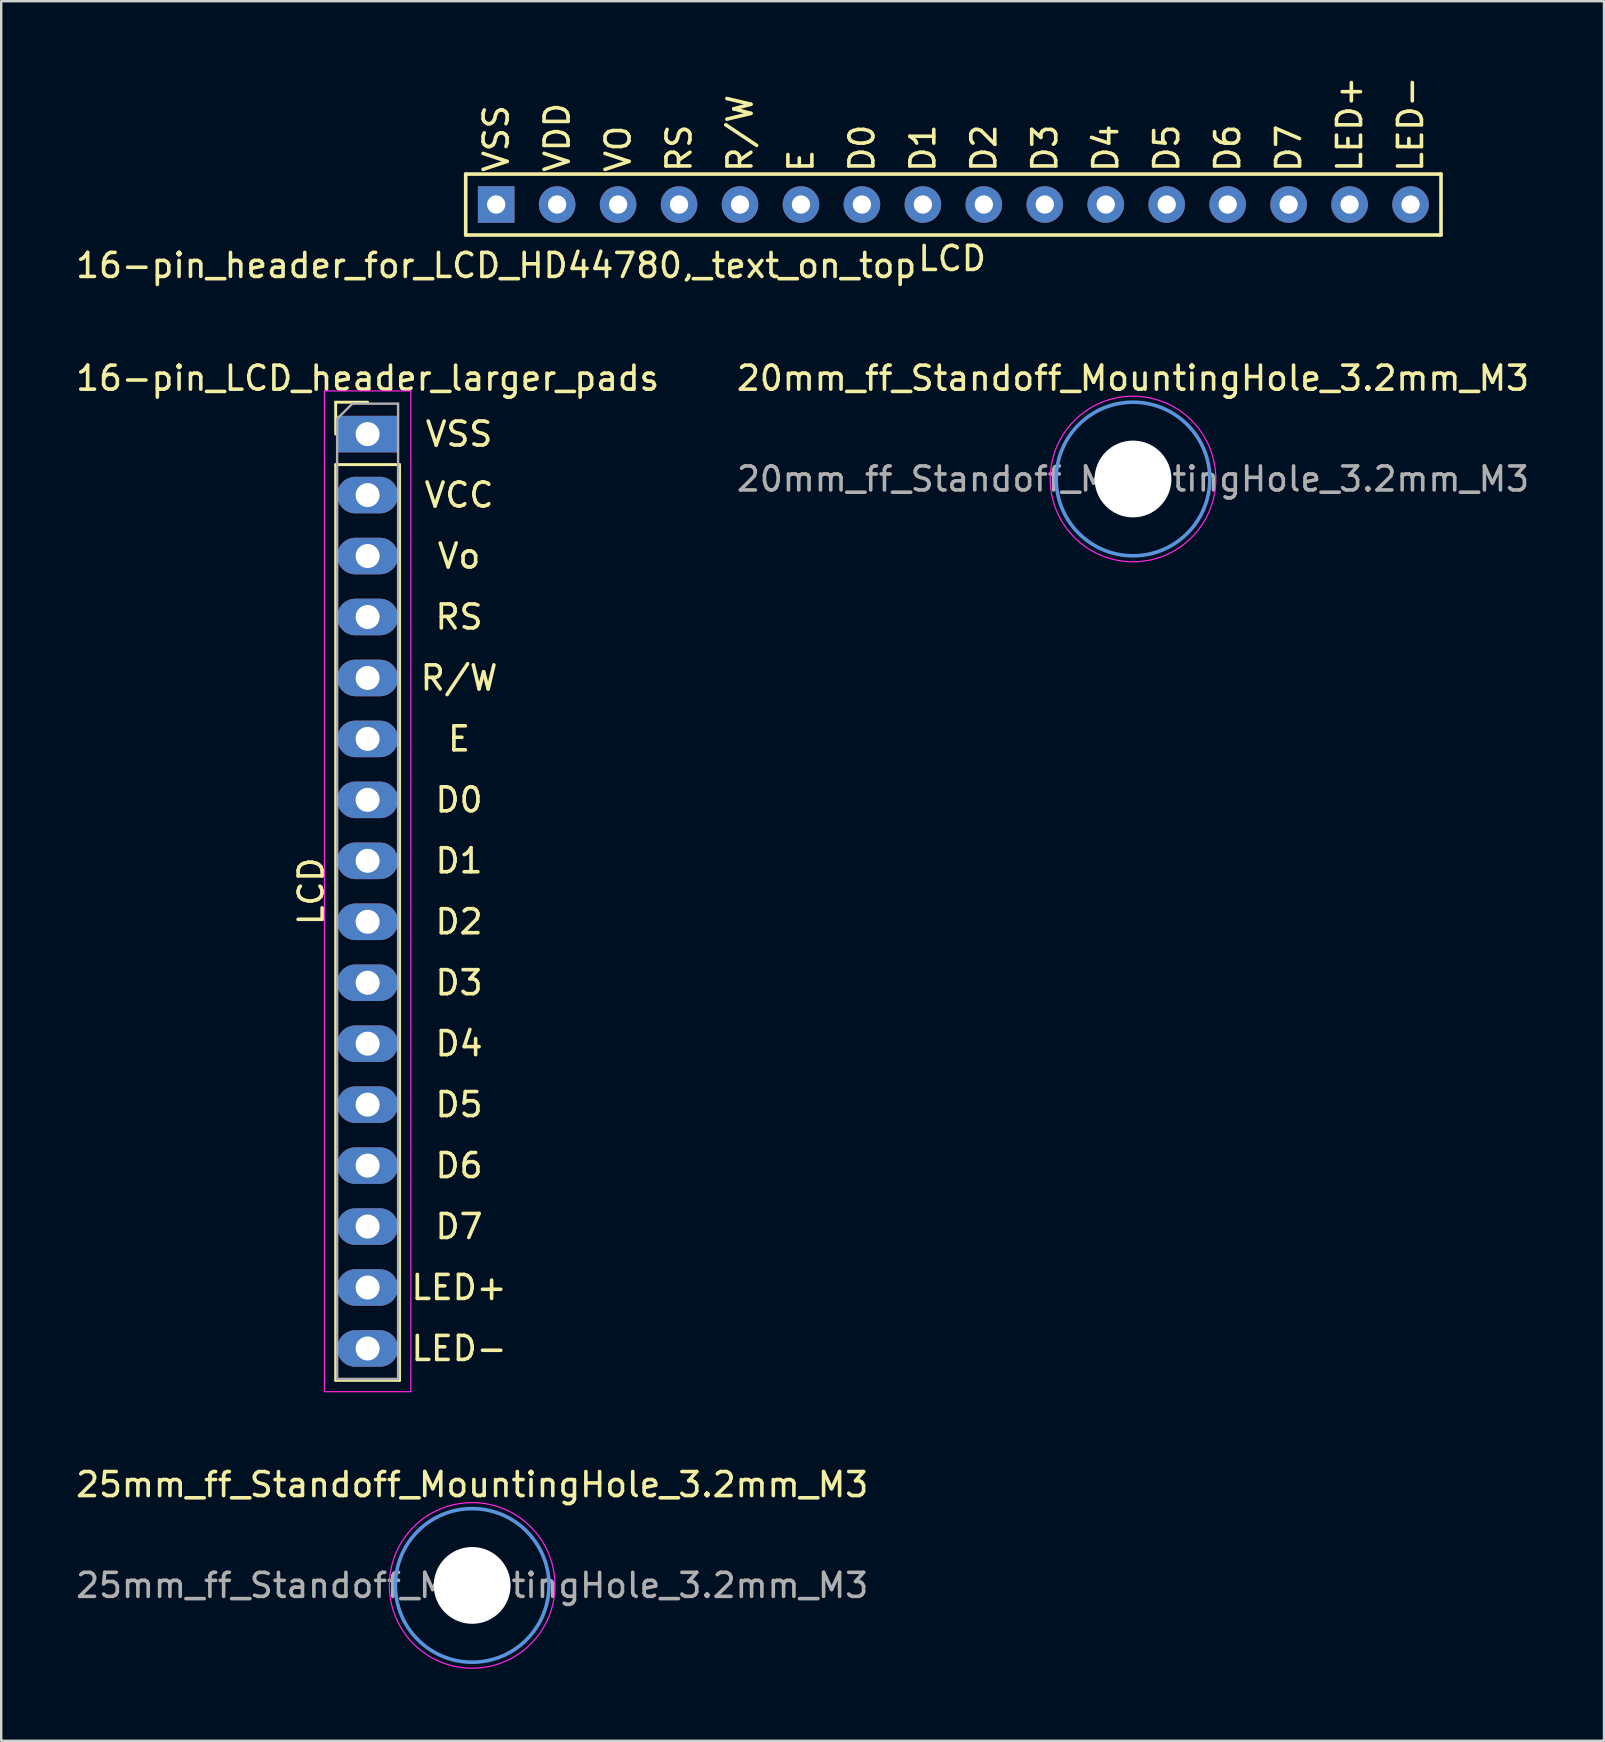
<source format=kicad_pcb>
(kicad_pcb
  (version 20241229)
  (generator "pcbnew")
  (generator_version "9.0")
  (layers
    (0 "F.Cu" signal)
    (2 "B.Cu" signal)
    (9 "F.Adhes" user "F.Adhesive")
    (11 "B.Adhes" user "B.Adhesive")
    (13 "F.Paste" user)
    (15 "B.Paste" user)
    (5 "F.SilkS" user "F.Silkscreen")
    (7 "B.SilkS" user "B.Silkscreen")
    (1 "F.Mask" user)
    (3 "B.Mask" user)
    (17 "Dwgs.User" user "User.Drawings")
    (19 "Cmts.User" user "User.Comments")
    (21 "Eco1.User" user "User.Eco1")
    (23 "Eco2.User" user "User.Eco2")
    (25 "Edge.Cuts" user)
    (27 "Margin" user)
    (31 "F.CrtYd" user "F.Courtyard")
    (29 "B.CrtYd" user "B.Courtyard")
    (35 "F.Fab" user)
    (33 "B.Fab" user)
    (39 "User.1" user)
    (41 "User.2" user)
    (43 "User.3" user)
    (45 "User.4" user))
  (footprint "20mm_ff_Standoff_MountingHole_3.2mm_M3"
    (layer "F.Cu")
    (at 44.161 16.909)
    (property "Reference" "20mm_ff_Standoff_MountingHole_3.2mm_M3" (at 0 -4.2 0) (layer "F.SilkS") (effects (font (size 1 1) (thickness 0.15))))
    (attr exclude_from_pos_files exclude_from_bom)
    (fp_circle (center 0 0) (end 3.2 0) (stroke (width 0.15) (type solid)) (fill no) (layer "Cmts.User"))
    (fp_circle (center 0 0) (end 3.45 0) (stroke (width 0.05) (type solid)) (fill no) (layer "F.CrtYd"))
    (fp_text user "${REFERENCE}" (at 0 0 0) (layer "F.Fab") (effects (font (size 1 1) (thickness 0.15))))
    (pad "" np_thru_hole circle (at 0 0) (size 3.2 3.2) (drill 3.2) (layers "*.Cu" "*.Mask")))
  (footprint "16-pin_LCD_header_larger_pads"
    (layer "F.Cu")
    (at 12.418 15.339)
    (property "Reference" "16-pin_LCD_header_larger_pads" (at -0.15 -2.63 0) (layer "F.SilkS") (effects (font (size 1 1) (thickness 0.15))))
    (attr through_hole)
    (fp_line (start -1.48 -1.63) (end -0.15 -1.63) (stroke (width 0.12) (type solid)) (layer "F.SilkS"))
    (fp_line (start -1.48 -0.3) (end -1.48 -1.63) (stroke (width 0.12) (type solid)) (layer "F.SilkS"))
    (fp_line (start -1.48 0.97) (end -1.48 39.13) (stroke (width 0.12) (type solid)) (layer "F.SilkS"))
    (fp_line (start -1.48 0.97) (end 1.18 0.97) (stroke (width 0.12) (type solid)) (layer "F.SilkS"))
    (fp_line (start -1.48 39.13) (end 1.18 39.13) (stroke (width 0.12) (type solid)) (layer "F.SilkS"))
    (fp_line (start 1.18 0.97) (end 1.18 39.13) (stroke (width 0.12) (type solid)) (layer "F.SilkS"))
    (fp_line (start -1.95 -2.1) (end -1.95 39.6) (stroke (width 0.05) (type solid)) (layer "F.CrtYd"))
    (fp_line (start -1.95 39.6) (end 1.65 39.6) (stroke (width 0.05) (type solid)) (layer "F.CrtYd"))
    (fp_line (start 1.65 -2.1) (end -1.95 -2.1) (stroke (width 0.05) (type solid)) (layer "F.CrtYd"))
    (fp_line (start 1.65 39.6) (end 1.65 -2.1) (stroke (width 0.05) (type solid)) (layer "F.CrtYd"))
    (fp_line (start -1.42 -0.935) (end -0.785 -1.57) (stroke (width 0.1) (type solid)) (layer "F.Fab"))
    (fp_line (start -1.42 39.07) (end -1.42 -0.935) (stroke (width 0.1) (type solid)) (layer "F.Fab"))
    (fp_line (start -0.785 -1.57) (end 1.12 -1.57) (stroke (width 0.1) (type solid)) (layer "F.Fab"))
    (fp_line (start 1.12 -1.57) (end 1.12 39.07) (stroke (width 0.1) (type solid)) (layer "F.Fab"))
    (fp_line (start 1.12 39.07) (end -1.42 39.07) (stroke (width 0.1) (type solid)) (layer "F.Fab"))
    (fp_text user "RS" (at 3.66 7.32 0) (layer "F.SilkS") (effects (font (size 1 1) (thickness 0.15))))
    (fp_text user "D3" (at 3.66 22.56 0) (layer "F.SilkS") (effects (font (size 1 1) (thickness 0.15))))
    (fp_text user "D6" (at 3.66 30.18 0) (layer "F.SilkS") (effects (font (size 1 1) (thickness 0.15))))
    (fp_text user "LCD" (at -2.5 18.75 90) (layer "F.SilkS") (effects (font (size 1 1) (thickness 0.15))))
    (fp_text user "E" (at 3.66 12.4 0) (layer "F.SilkS") (effects (font (size 1 1) (thickness 0.15))))
    (fp_text user "Vo" (at 3.66 4.78 0) (layer "F.SilkS") (effects (font (size 1 1) (thickness 0.15))))
    (fp_text user "D7" (at 3.66 32.72 0) (layer "F.SilkS") (effects (font (size 1 1) (thickness 0.15))))
    (fp_text user "R/W" (at 3.66 9.86 0) (layer "F.SilkS") (effects (font (size 1 1) (thickness 0.15))))
    (fp_text user "D5" (at 3.66 27.64 0) (layer "F.SilkS") (effects (font (size 1 1) (thickness 0.15))))
    (fp_text user "VSS" (at 3.66 -0.3 0) (layer "F.SilkS") (effects (font (size 1 1) (thickness 0.15))))
    (fp_text user "LED+" (at 3.66 35.26 0) (layer "F.SilkS") (effects (font (size 1 1) (thickness 0.15))))
    (fp_text user "D0" (at 3.66 14.94 0) (layer "F.SilkS") (effects (font (size 1 1) (thickness 0.15))))
    (fp_text user "D1" (at 3.66 17.48 0) (layer "F.SilkS") (effects (font (size 1 1) (thickness 0.15))))
    (fp_text user "VCC" (at 3.66 2.24 0) (layer "F.SilkS") (effects (font (size 1 1) (thickness 0.15))))
    (fp_text user "D4" (at 3.66 25.1 0) (layer "F.SilkS") (effects (font (size 1 1) (thickness 0.15))))
    (fp_text user "D2" (at 3.66 20.02 0) (layer "F.SilkS") (effects (font (size 1 1) (thickness 0.15))))
    (fp_text user "LED-" (at 3.66 37.8 0) (layer "F.SilkS") (effects (font (size 1 1) (thickness 0.15))))
    (pad "1" thru_hole rect (at -0.15 -0.3) (size 2.54 1.524) (drill 1) (layers "*.Cu" "*.Mask"))
    (pad "2" thru_hole oval (at -0.15 2.24) (size 2.54 1.524) (drill 1) (layers "*.Cu" "*.Mask"))
    (pad "3" thru_hole oval (at -0.15 4.78) (size 2.54 1.524) (drill 1) (layers "*.Cu" "*.Mask"))
    (pad "4" thru_hole oval (at -0.15 7.32) (size 2.54 1.524) (drill 1) (layers "*.Cu" "*.Mask"))
    (pad "5" thru_hole oval (at -0.15 9.86) (size 2.54 1.524) (drill 1) (layers "*.Cu" "*.Mask"))
    (pad "6" thru_hole oval (at -0.15 12.4) (size 2.54 1.524) (drill 1) (layers "*.Cu" "*.Mask"))
    (pad "7" thru_hole oval (at -0.15 14.94) (size 2.54 1.524) (drill 1) (layers "*.Cu" "*.Mask"))
    (pad "8" thru_hole oval (at -0.15 17.48) (size 2.54 1.524) (drill 1) (layers "*.Cu" "*.Mask"))
    (pad "9" thru_hole oval (at -0.15 20.02) (size 2.54 1.524) (drill 1) (layers "*.Cu" "*.Mask"))
    (pad "10" thru_hole oval (at -0.15 22.56) (size 2.54 1.524) (drill 1) (layers "*.Cu" "*.Mask"))
    (pad "11" thru_hole oval (at -0.15 25.1) (size 2.54 1.524) (drill 1) (layers "*.Cu" "*.Mask"))
    (pad "12" thru_hole oval (at -0.15 27.64) (size 2.54 1.524) (drill 1) (layers "*.Cu" "*.Mask"))
    (pad "13" thru_hole oval (at -0.15 30.18) (size 2.54 1.524) (drill 1) (layers "*.Cu" "*.Mask"))
    (pad "14" thru_hole oval (at -0.15 32.72) (size 2.54 1.524) (drill 1) (layers "*.Cu" "*.Mask"))
    (pad "15" thru_hole oval (at -0.15 35.26) (size 2.54 1.524) (drill 1) (layers "*.Cu" "*.Mask"))
    (pad "16" thru_hole oval (at -0.15 37.8) (size 2.54 1.524) (drill 1) (layers "*.Cu" "*.Mask")))
  (footprint "16-pin_header_for_LCD_HD44780,_text_on_top"
    (layer "F.Cu")
    (at 17.625 5.472)
    (property "Reference" "16-pin_header_for_LCD_HD44780,_text_on_top" (at 0 2.54 0) (layer "F.SilkS") (effects (font (size 1 1) (thickness 0.15))))
    (attr through_hole)
    (fp_line (start -1.27 -1.27) (end -1.27 1.27) (stroke (width 0.15) (type solid)) (layer "F.SilkS"))
    (fp_line (start -1.27 1.27) (end 39.37 1.27) (stroke (width 0.15) (type solid)) (layer "F.SilkS"))
    (fp_line (start 39.37 -1.27) (end -1.27 -1.27) (stroke (width 0.15) (type solid)) (layer "F.SilkS"))
    (fp_line (start 39.37 1.27) (end 39.37 -1.27) (stroke (width 0.15) (type solid)) (layer "F.SilkS"))
    (fp_text user "VO" (at 5.08 -1.27 90) (layer "F.SilkS") (effects (font (size 1 1) (thickness 0.15)) (justify left)))
    (fp_text user "E" (at 12.7 -1.27 90) (layer "F.SilkS") (effects (font (size 1 1) (thickness 0.15)) (justify left)))
    (fp_text user "D7" (at 33.02 -1.27 90) (layer "F.SilkS") (effects (font (size 1 1) (thickness 0.15)) (justify left)))
    (fp_text user "D3" (at 22.86 -1.27 90) (layer "F.SilkS") (effects (font (size 1 1) (thickness 0.15)) (justify left)))
    (fp_text user "R/W" (at 10.16 -1.27 90) (layer "F.SilkS") (effects (font (size 1 1) (thickness 0.15)) (justify left)))
    (fp_text user "D0" (at 15.24 -1.27 90) (layer "F.SilkS") (effects (font (size 1 1) (thickness 0.15)) (justify left)))
    (fp_text user "D6" (at 30.48 -1.27 90) (layer "F.SilkS") (effects (font (size 1 1) (thickness 0.15)) (justify left)))
    (fp_text user "D1" (at 17.78 -1.27 90) (layer "F.SilkS") (effects (font (size 1 1) (thickness 0.15)) (justify left)))
    (fp_text user "VDD" (at 2.54 -1.27 90) (layer "F.SilkS") (effects (font (size 1 1) (thickness 0.15)) (justify left)))
    (fp_text user "D2" (at 20.32 -1.27 90) (layer "F.SilkS") (effects (font (size 1 1) (thickness 0.15)) (justify left)))
    (fp_text user "LED-" (at 38.1 -1.27 90) (layer "F.SilkS") (effects (font (size 1 1) (thickness 0.15)) (justify left)))
    (fp_text user "LED+" (at 35.56 -1.27 90) (layer "F.SilkS") (effects (font (size 1 1) (thickness 0.15)) (justify left)))
    (fp_text user "D5" (at 27.94 -1.27 90) (layer "F.SilkS") (effects (font (size 1 1) (thickness 0.15)) (justify left)))
    (fp_text user "D4" (at 25.4 -1.27 90) (layer "F.SilkS") (effects (font (size 1 1) (thickness 0.15)) (justify left)))
    (fp_text user "RS" (at 7.62 -1.27 90) (layer "F.SilkS") (effects (font (size 1 1) (thickness 0.15)) (justify left)))
    (fp_text user "LCD" (at 19 2.25 0) (layer "F.SilkS") (effects (font (size 1 1) (thickness 0.15))))
    (fp_text user "VSS" (at 0 -1.27 90) (layer "F.SilkS") (effects (font (size 1 1) (thickness 0.15)) (justify left)))
    (pad "1" thru_hole rect (at 0 0) (size 1.524 1.524) (drill 0.762) (layers "*.Cu" "*.Mask"))
    (pad "2" thru_hole circle (at 2.54 0) (size 1.524 1.524) (drill 0.762) (layers "*.Cu" "*.Mask"))
    (pad "3" thru_hole circle (at 5.08 0) (size 1.524 1.524) (drill 0.762) (layers "*.Cu" "*.Mask"))
    (pad "4" thru_hole circle (at 7.62 0) (size 1.524 1.524) (drill 0.762) (layers "*.Cu" "*.Mask"))
    (pad "5" thru_hole circle (at 10.16 0) (size 1.524 1.524) (drill 0.762) (layers "*.Cu" "*.Mask"))
    (pad "6" thru_hole circle (at 12.7 0) (size 1.524 1.524) (drill 0.762) (layers "*.Cu" "*.Mask"))
    (pad "7" thru_hole circle (at 15.24 0) (size 1.524 1.524) (drill 0.762) (layers "*.Cu" "*.Mask"))
    (pad "8" thru_hole circle (at 17.78 0) (size 1.524 1.524) (drill 0.762) (layers "*.Cu" "*.Mask"))
    (pad "9" thru_hole circle (at 20.32 0) (size 1.524 1.524) (drill 0.762) (layers "*.Cu" "*.Mask"))
    (pad "10" thru_hole circle (at 22.86 0) (size 1.524 1.524) (drill 0.762) (layers "*.Cu" "*.Mask"))
    (pad "11" thru_hole circle (at 25.4 0) (size 1.524 1.524) (drill 0.762) (layers "*.Cu" "*.Mask"))
    (pad "12" thru_hole circle (at 27.94 0) (size 1.524 1.524) (drill 0.762) (layers "*.Cu" "*.Mask"))
    (pad "13" thru_hole circle (at 30.48 0) (size 1.524 1.524) (drill 0.762) (layers "*.Cu" "*.Mask"))
    (pad "14" thru_hole circle (at 33.02 0) (size 1.524 1.524) (drill 0.762) (layers "*.Cu" "*.Mask"))
    (pad "15" thru_hole circle (at 35.56 0) (size 1.524 1.524) (drill 0.762) (layers "*.Cu" "*.Mask"))
    (pad "16" thru_hole circle (at 38.1 0) (size 1.524 1.524) (drill 0.762) (layers "*.Cu" "*.Mask")))
  (footprint "25mm_ff_Standoff_MountingHole_3.2mm_M3"
    (layer "F.Cu")
    (at 16.625 63.012)
    (property "Reference" "25mm_ff_Standoff_MountingHole_3.2mm_M3" (at 0 -4.2 0) (layer "F.SilkS") (effects (font (size 1 1) (thickness 0.15))))
    (attr exclude_from_pos_files exclude_from_bom)
    (fp_circle (center 0 0) (end 3.2 0) (stroke (width 0.15) (type solid)) (fill no) (layer "Cmts.User"))
    (fp_circle (center 0 0) (end 3.45 0) (stroke (width 0.05) (type solid)) (fill no) (layer "F.CrtYd"))
    (fp_text user "${REFERENCE}" (at 0 0 0) (layer "F.Fab") (effects (font (size 1 1) (thickness 0.15))))
    (pad "" np_thru_hole circle (at 0 0) (size 3.2 3.2) (drill 3.2) (layers "*.Cu" "*.Mask")))
  (gr_rect
    (start -3 -3)
    (end 63.786 69.487)
    (stroke (width 0.1) (type default))
    (fill no)
    (layer "Edge.Cuts")))
</source>
